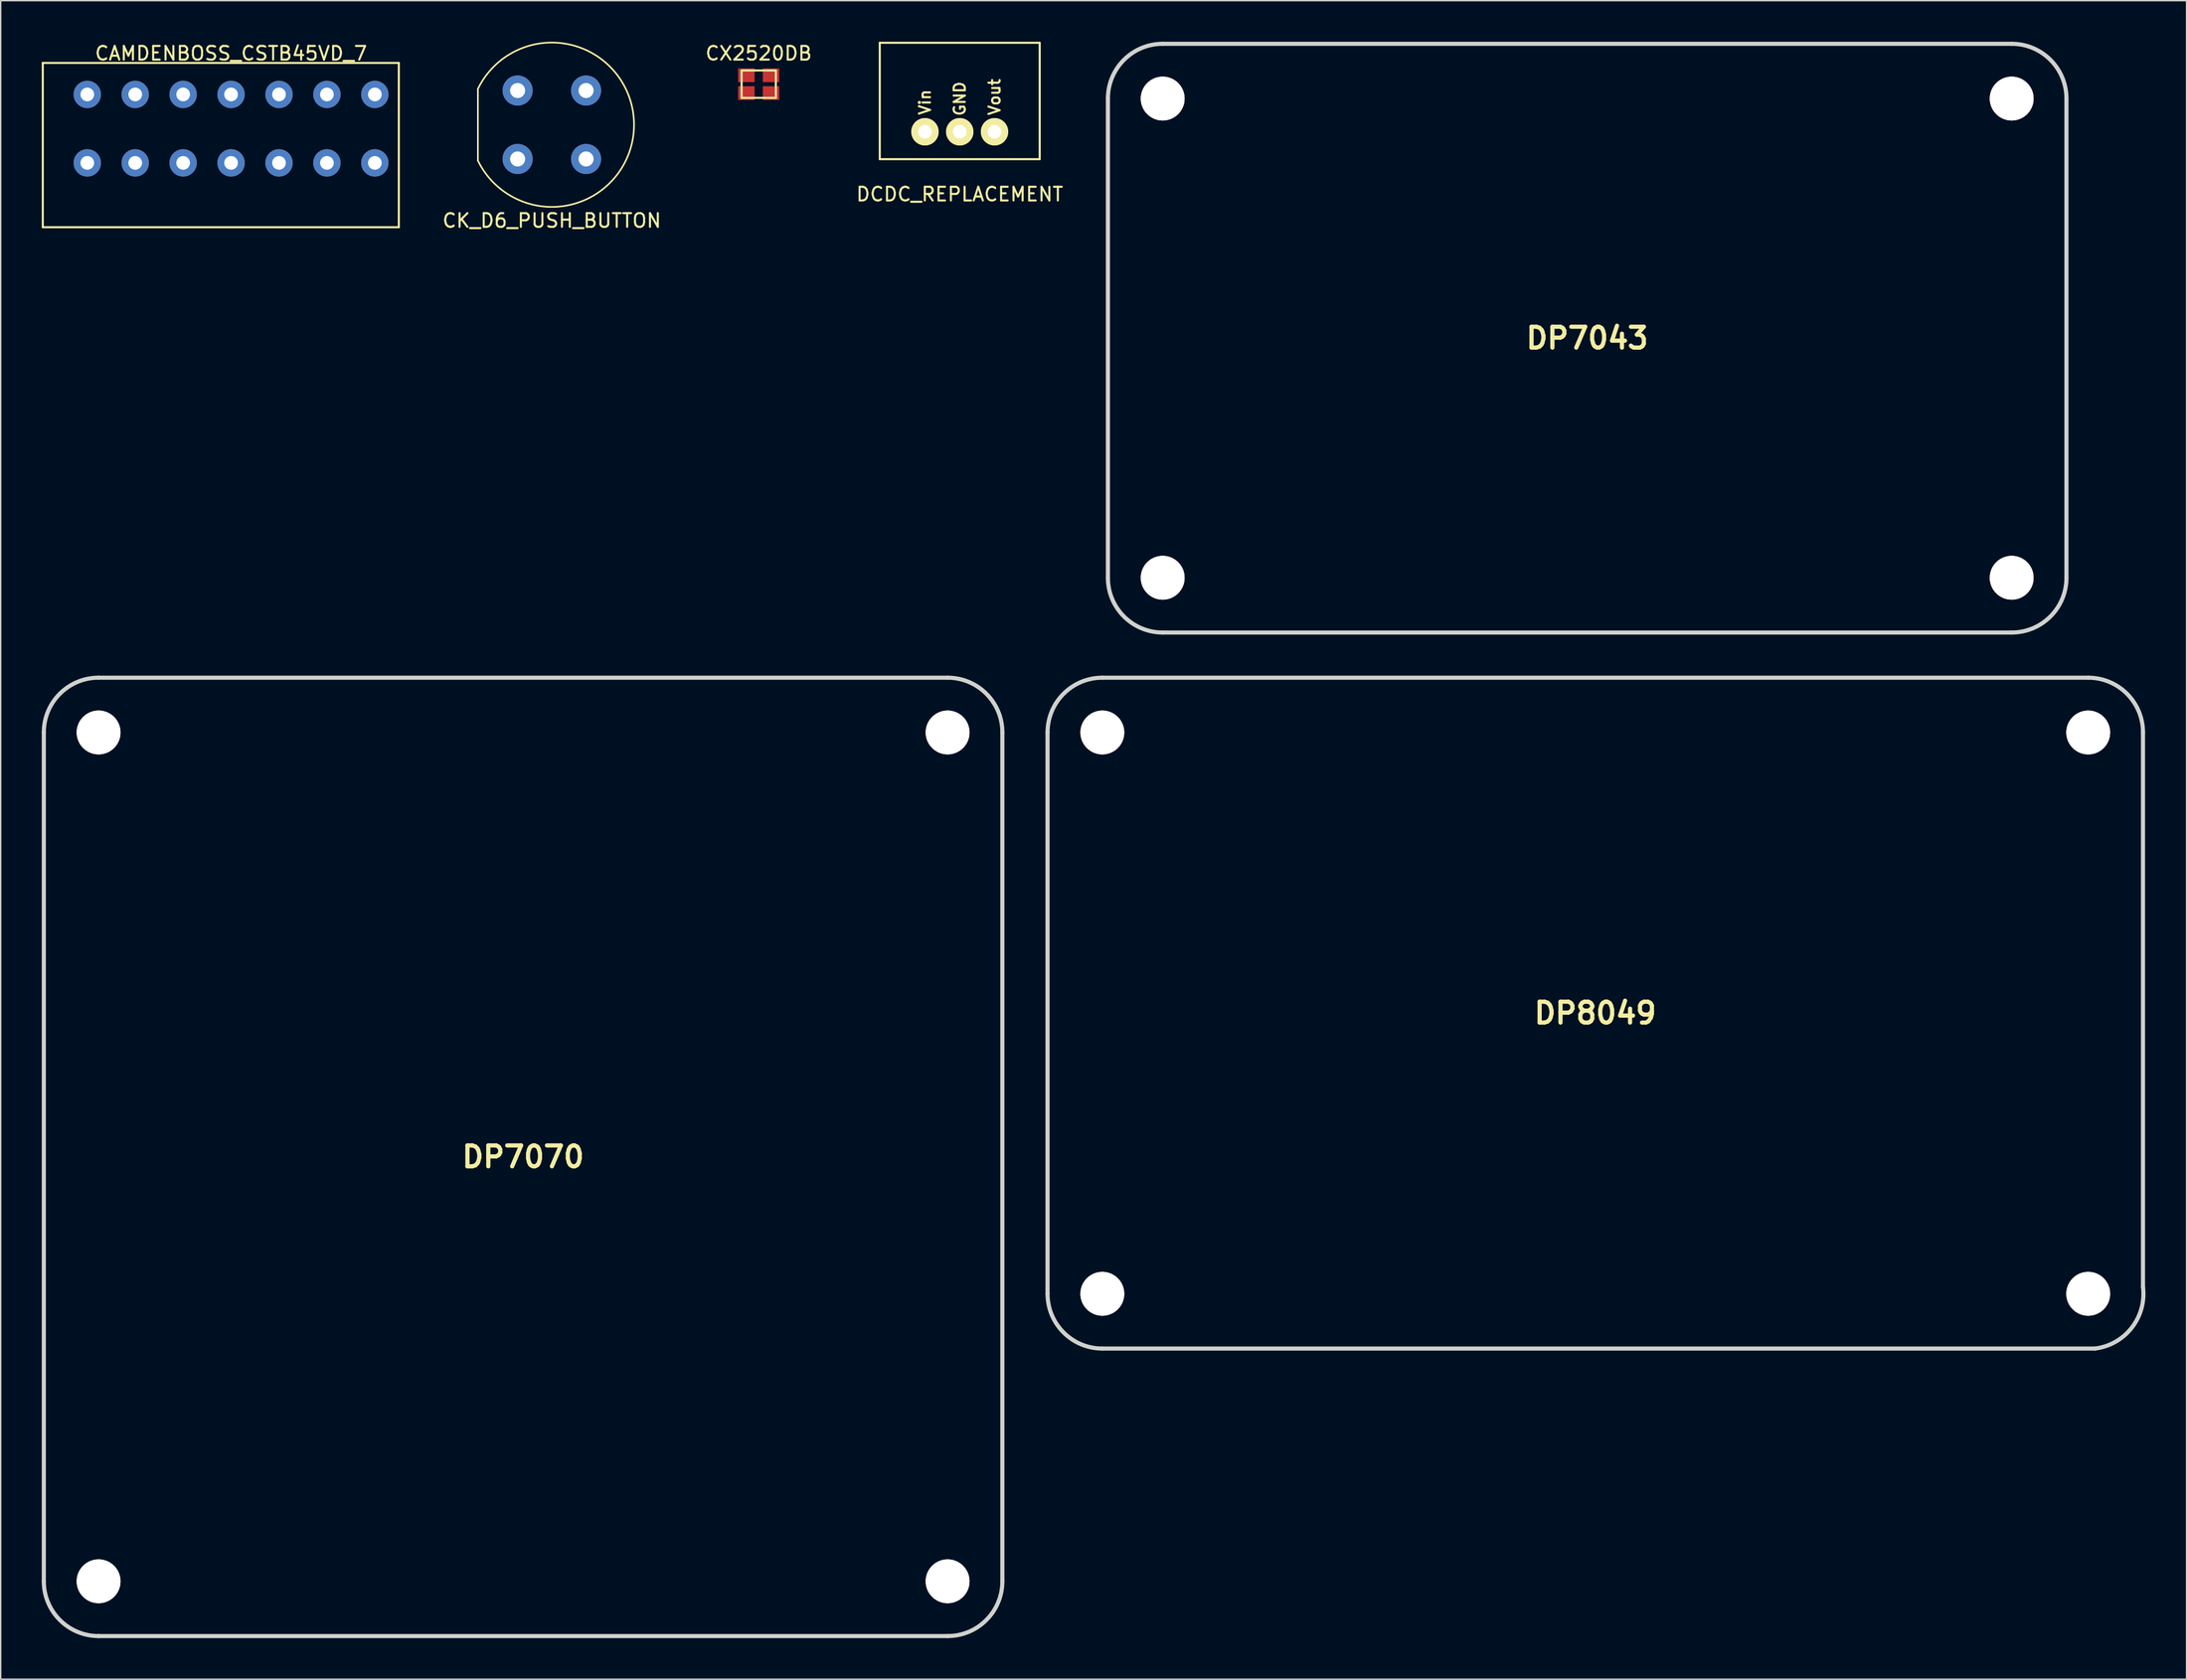
<source format=kicad_pcb>
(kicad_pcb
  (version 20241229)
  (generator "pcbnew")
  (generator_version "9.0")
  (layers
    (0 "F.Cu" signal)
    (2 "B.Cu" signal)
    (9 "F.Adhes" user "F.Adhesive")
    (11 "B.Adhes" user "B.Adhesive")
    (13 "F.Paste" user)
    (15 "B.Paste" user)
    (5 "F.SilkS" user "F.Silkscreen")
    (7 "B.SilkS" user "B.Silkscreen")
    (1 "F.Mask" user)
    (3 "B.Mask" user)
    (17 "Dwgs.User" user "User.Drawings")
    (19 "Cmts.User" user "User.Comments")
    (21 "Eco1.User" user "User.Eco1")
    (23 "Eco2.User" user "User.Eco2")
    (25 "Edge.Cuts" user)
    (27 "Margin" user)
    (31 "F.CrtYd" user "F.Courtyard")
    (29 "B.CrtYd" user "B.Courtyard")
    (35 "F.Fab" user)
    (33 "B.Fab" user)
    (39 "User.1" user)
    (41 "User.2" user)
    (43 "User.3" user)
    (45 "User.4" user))
  (footprint "CX2520DB"
    (layer "F.Cu")
    (at 52.358 3.098)
    (property "Reference" "CX2520DB" (at 0 -2.25 0) (layer "F.SilkS") (effects (font (size 1 1) (thickness 0.15))))
    (attr through_hole)
    (fp_line (start -1.25 -1) (end -1.25 1) (stroke (width 0.15) (type solid)) (layer "F.SilkS"))
    (fp_line (start -1.25 1) (end 1.25 1) (stroke (width 0.15) (type solid)) (layer "F.SilkS"))
    (fp_line (start 1.25 -1) (end -1.25 -1) (stroke (width 0.15) (type solid)) (layer "F.SilkS"))
    (fp_line (start 1.25 1) (end 1.25 -1) (stroke (width 0.15) (type solid)) (layer "F.SilkS"))
    (pad "1" smd rect (at -0.9 0.65) (size 1.2 1) (layers "F.Cu" "F.Mask" "F.Paste"))
    (pad "2" smd rect (at 0.9 -0.65) (size 1.2 1) (layers "F.Cu" "F.Mask" "F.Paste"))
    (pad "3" smd rect (at 0.9 0.65) (size 1.2 1) (layers "F.Cu" "F.Mask" "F.Paste"))
    (pad "4" smd rect (at -0.9 -0.65) (size 1.2 1) (layers "F.Cu" "F.Mask" "F.Paste")))
  (footprint "CAMDENBOSS_CSTB45VD_7"
    (layer "F.Cu")
    (at 13.825 6.348)
    (property "Reference" "CAMDENBOSS_CSTB45VD_7" (at 0 -5.5 0) (layer "F.SilkS") (effects (font (size 1 1) (thickness 0.15))))
    (attr through_hole)
    (fp_line (start -13.75 -4.8) (end -13.75 7.2) (stroke (width 0.15) (type solid)) (layer "F.SilkS"))
    (fp_line (start -13.75 7.2) (end 12.25 7.2) (stroke (width 0.15) (type solid)) (layer "F.SilkS"))
    (fp_line (start 12.25 -4.8) (end -13.75 -4.8) (stroke (width 0.15) (type solid)) (layer "F.SilkS"))
    (fp_line (start 12.25 7.2) (end 12.25 -4.8) (stroke (width 0.15) (type solid)) (layer "F.SilkS"))
    (pad "1" thru_hole circle (at -10.5 -2.5) (size 2 2) (drill 1) (layers "*.Cu" "*.Mask"))
    (pad "1" thru_hole circle (at -10.5 2.5) (size 2 2) (drill 1) (layers "*.Cu" "*.Mask"))
    (pad "2" thru_hole circle (at -7 -2.5) (size 2 2) (drill 1) (layers "*.Cu" "*.Mask"))
    (pad "2" thru_hole circle (at -7 2.5) (size 2 2) (drill 1) (layers "*.Cu" "*.Mask"))
    (pad "3" thru_hole circle (at -3.5 -2.5) (size 2 2) (drill 1) (layers "*.Cu" "*.Mask"))
    (pad "3" thru_hole circle (at -3.5 2.5) (size 2 2) (drill 1) (layers "*.Cu" "*.Mask"))
    (pad "4" thru_hole circle (at 0 -2.5) (size 2 2) (drill 1) (layers "*.Cu" "*.Mask"))
    (pad "4" thru_hole circle (at 0 2.5) (size 2 2) (drill 1) (layers "*.Cu" "*.Mask"))
    (pad "5" thru_hole circle (at 3.5 -2.5) (size 2 2) (drill 1) (layers "*.Cu" "*.Mask"))
    (pad "5" thru_hole circle (at 3.5 2.5) (size 2 2) (drill 1) (layers "*.Cu" "*.Mask"))
    (pad "6" thru_hole circle (at 7 -2.5) (size 2 2) (drill 1) (layers "*.Cu" "*.Mask"))
    (pad "6" thru_hole circle (at 7 2.5) (size 2 2) (drill 1) (layers "*.Cu" "*.Mask"))
    (pad "7" thru_hole circle (at 10.5 -2.5) (size 2 2) (drill 1) (layers "*.Cu" "*.Mask"))
    (pad "7" thru_hole circle (at 10.5 2.5) (size 2 2) (drill 1) (layers "*.Cu" "*.Mask")))
  (footprint "DP7043"
    (layer "F.Cu")
    (at 112.861 21.651)
    (property "Reference" "DP7043" (at 0 0 0) (layer "F.SilkS") (effects (font (size 1.524 1.524) (thickness 0.305))))
    (attr through_hole)
    (fp_line (start -35.001 17.501) (end -35.001 -17.501) (stroke (width 0.3) (type solid)) (layer "Edge.Cuts"))
    (fp_line (start -31.001 -21.501) (end 31.001 -21.501) (stroke (width 0.3) (type solid)) (layer "Edge.Cuts"))
    (fp_line (start 31.001 21.501) (end -31.001 21.501) (stroke (width 0.3) (type solid)) (layer "Edge.Cuts"))
    (fp_line (start 35.001 -17.501) (end 35.001 17.501) (stroke (width 0.3) (type solid)) (layer "Edge.Cuts"))
    (fp_arc (start -35.0012 -17.5006) (mid -33.829481 -20.329381) (end -31.0007 -21.5011) (stroke (width 0.29972) (type solid)) (layer "Edge.Cuts"))
    (fp_arc (start -31.0007 21.5011) (mid -33.829481 20.329381) (end -35.0012 17.5006) (stroke (width 0.29972) (type solid)) (layer "Edge.Cuts"))
    (fp_arc (start 31.0007 -21.5011) (mid 33.829481 -20.329381) (end 35.0012 -17.5006) (stroke (width 0.29972) (type solid)) (layer "Edge.Cuts"))
    (fp_arc (start 35.0012 17.5006) (mid 33.829481 20.329381) (end 31.0007 21.5011) (stroke (width 0.29972) (type solid)) (layer "Edge.Cuts"))
    (pad "" thru_hole circle (at -31.001 -17.501) (size 3.2 3.2) (drill 3.2) (layers "*.Cu" "*.Mask" "F.SilkS"))
    (pad "" thru_hole circle (at -31.001 17.501) (size 3.2 3.2) (drill 3.2) (layers "*.Cu" "*.Mask" "F.SilkS"))
    (pad "" thru_hole circle (at 31.001 -17.501) (size 3.2 3.2) (drill 3.2) (layers "*.Cu" "*.Mask" "F.SilkS"))
    (pad "" thru_hole circle (at 31.001 17.501) (size 3.2 3.2) (drill 3.2) (layers "*.Cu" "*.Mask" "F.SilkS")))
  (footprint "DP7070"
    (layer "F.Cu")
    (at 35.151 81.453)
    (property "Reference" "DP7070" (at 0 0 0) (layer "F.SilkS") (effects (font (size 1.524 1.524) (thickness 0.305))))
    (attr through_hole)
    (fp_line (start -35.001 31.001) (end -35.001 -31.001) (stroke (width 0.3) (type solid)) (layer "Edge.Cuts"))
    (fp_line (start -31.001 -35.001) (end 31.001 -35.001) (stroke (width 0.3) (type solid)) (layer "Edge.Cuts"))
    (fp_line (start 31.001 35.001) (end -31.001 35.001) (stroke (width 0.3) (type solid)) (layer "Edge.Cuts"))
    (fp_line (start 35.001 -31.001) (end 35.001 31.001) (stroke (width 0.3) (type solid)) (layer "Edge.Cuts"))
    (fp_arc (start -35.0012 -31.0007) (mid -33.829481 -33.829481) (end -31.0007 -35.0012) (stroke (width 0.29972) (type solid)) (layer "Edge.Cuts"))
    (fp_arc (start -31.0007 35.0012) (mid -33.829481 33.829481) (end -35.0012 31.0007) (stroke (width 0.29972) (type solid)) (layer "Edge.Cuts"))
    (fp_arc (start 31.0007 -35.0012) (mid 33.829481 -33.829481) (end 35.0012 -31.0007) (stroke (width 0.29972) (type solid)) (layer "Edge.Cuts"))
    (fp_arc (start 35.0012 31.0007) (mid 33.829481 33.829481) (end 31.0007 35.0012) (stroke (width 0.29972) (type solid)) (layer "Edge.Cuts"))
    (pad "" thru_hole circle (at -31.001 -31.001) (size 3.2 3.2) (drill 3.2) (layers "*.Cu" "*.Mask" "F.SilkS"))
    (pad "" thru_hole circle (at -31.001 31.001) (size 3.2 3.2) (drill 3.2) (layers "*.Cu" "*.Mask" "F.SilkS"))
    (pad "" thru_hole circle (at 31.001 -31.001) (size 3.2 3.2) (drill 3.2) (layers "*.Cu" "*.Mask" "F.SilkS"))
    (pad "" thru_hole circle (at 31.001 31.001) (size 3.2 3.2) (drill 3.2) (layers "*.Cu" "*.Mask" "F.SilkS")))
  (footprint "CK_D6_PUSH_BUTTON"
    (layer "F.Cu")
    (at 37.251 6.062)
    (property "Reference" "CK_D6_PUSH_BUTTON" (at 0 7 0) (layer "F.SilkS") (effects (font (size 1 1) (thickness 0.15))))
    (attr through_hole)
    (fp_line (start -5.4 -2.62) (end -5.4 2.62) (stroke (width 0.12) (type solid)) (layer "F.SilkS"))
    (fp_arc (start -5.399999 -2.62) (mid 6.002032 0) (end -5.399999 2.619999) (stroke (width 0.12) (type solid)) (layer "F.SilkS"))
    (pad "1" thru_hole circle (at -2.5 -2.5) (size 2.2 2.2) (drill 1.1) (layers "*.Cu" "*.Mask"))
    (pad "1" thru_hole circle (at 2.5 -2.5) (size 2.2 2.2) (drill 1.1) (layers "*.Cu" "*.Mask"))
    (pad "2" thru_hole circle (at -2.5 2.5) (size 2.2 2.2) (drill 1.1) (layers "*.Cu" "*.Mask"))
    (pad "2" thru_hole circle (at 2.5 2.5) (size 2.2 2.2) (drill 1.1) (layers "*.Cu" "*.Mask")))
  (footprint "DCDC_REPLACEMENT"
    (layer "F.Cu")
    (at 67.039 4.035)
    (property "Reference" "DCDC_REPLACEMENT" (at -0.003 7.102 0) (layer "F.SilkS") (effects (font (size 1 1) (thickness 0.15))))
    (attr through_hole)
    (fp_line (start -5.84 4.54) (end -5.84 -3.96) (stroke (width 0.15) (type solid)) (layer "F.SilkS"))
    (fp_line (start -5.84 4.54) (end 5.84 4.54) (stroke (width 0.15) (type solid)) (layer "F.SilkS"))
    (fp_line (start 5.84 -3.96) (end -5.84 -3.96) (stroke (width 0.15) (type solid)) (layer "F.SilkS"))
    (fp_line (start 5.84 -3.96) (end 5.84 4.54) (stroke (width 0.15) (type solid)) (layer "F.SilkS"))
    (fp_text user "GND" (at 0 0.127 270) (layer "F.SilkS") (effects (font (size 0.813 0.813) (thickness 0.152))))
    (fp_text user "Vout" (at 2.54 0 270) (layer "F.SilkS") (effects (font (size 0.813 0.813) (thickness 0.152))))
    (fp_text user "Vin" (at -2.54 0.381 270) (layer "F.SilkS") (effects (font (size 0.813 0.813) (thickness 0.152))))
    (pad "1" thru_hole circle (at -2.54 2.54) (size 2 2) (drill 1) (layers "*.Cu" "*.Mask" "F.SilkS"))
    (pad "2" thru_hole circle (at 0 2.54) (size 2 2) (drill 1) (layers "*.Cu" "*.Mask" "F.SilkS"))
    (pad "3" thru_hole circle (at 2.54 2.54) (size 2 2) (drill 1) (layers "*.Cu" "*.Mask" "F.SilkS")))
  (footprint "DP8049"
    (layer "F.Cu")
    (at 113.452 70.953)
    (property "Reference" "DP8049" (at 0 0 0) (layer "F.SilkS") (effects (font (size 1.524 1.524) (thickness 0.305))))
    (attr through_hole)
    (fp_line (start -40 -20.5) (end -40 20.5) (stroke (width 0.3) (type solid)) (layer "Edge.Cuts"))
    (fp_line (start -35.999 -24.501) (end 35.999 -24.501) (stroke (width 0.3) (type solid)) (layer "Edge.Cuts"))
    (fp_line (start -35.999 24.501) (end 36.5 24.501) (stroke (width 0.3) (type solid)) (layer "Edge.Cuts"))
    (fp_line (start 40 -20.5) (end 40 20) (stroke (width 0.3) (type solid)) (layer "Edge.Cuts"))
    (fp_arc (start -39.99992 -20.50034) (mid -38.828201 -23.329121) (end -35.99942 -24.50084) (stroke (width 0.29972) (type solid)) (layer "Edge.Cuts"))
    (fp_arc (start -35.99942 24.50084) (mid -38.828201 23.329121) (end -39.99992 20.50034) (stroke (width 0.29972) (type solid)) (layer "Edge.Cuts"))
    (fp_arc (start 35.99942 -24.50084) (mid 38.828201 -23.329121) (end 39.99992 -20.50034) (stroke (width 0.29972) (type solid)) (layer "Edge.Cuts"))
    (fp_arc (start 39.99992 19.99996) (mid 39.182023 22.975299) (end 36.4998 24.50084) (stroke (width 0.29972) (type solid)) (layer "Edge.Cuts"))
    (pad "" thru_hole circle (at -35.999 -20.5) (size 3.2 3.2) (drill 3.2) (layers "*.Cu" "*.Mask" "F.SilkS"))
    (pad "" thru_hole circle (at -35.999 20.5) (size 3.2 3.2) (drill 3.2) (layers "*.Cu" "*.Mask" "F.SilkS"))
    (pad "" thru_hole circle (at 35.999 -20.5) (size 3.2 3.2) (drill 3.2) (layers "*.Cu" "*.Mask" "F.SilkS"))
    (pad "" thru_hole circle (at 35.999 20.5) (size 3.2 3.2) (drill 3.2) (layers "*.Cu" "*.Mask" "F.SilkS")))
  (gr_rect
    (start -3 -3)
    (end 156.633 119.604)
    (stroke (width 0.1) (type default))
    (fill no)
    (layer "Edge.Cuts")))
</source>
